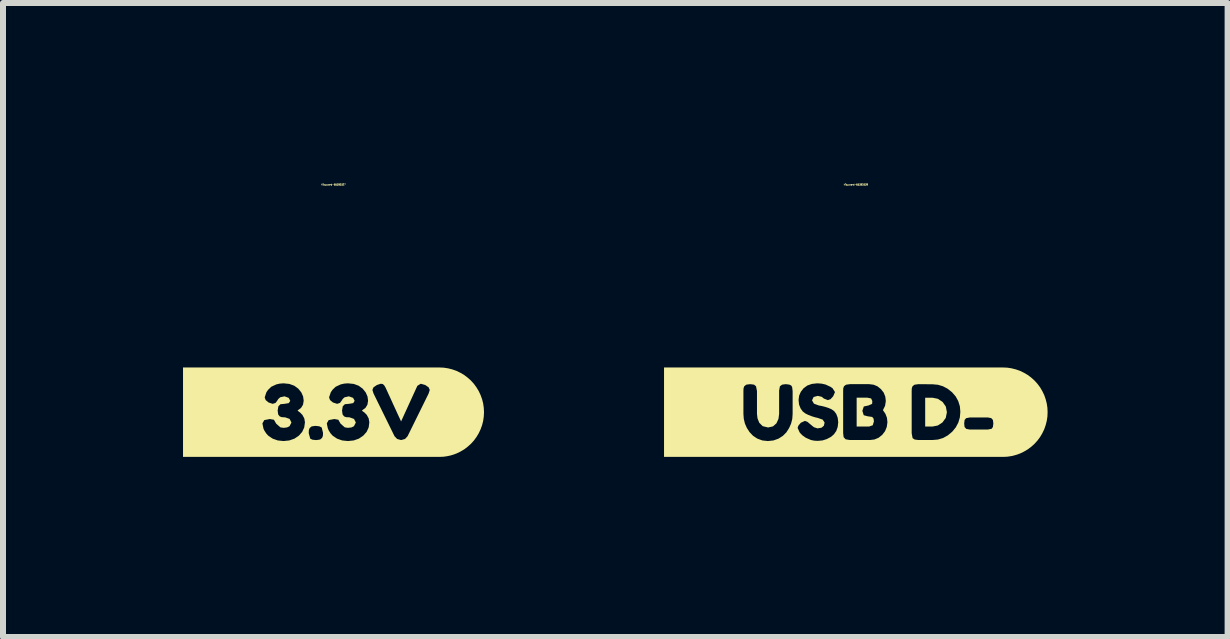
<source format=kicad_pcb>
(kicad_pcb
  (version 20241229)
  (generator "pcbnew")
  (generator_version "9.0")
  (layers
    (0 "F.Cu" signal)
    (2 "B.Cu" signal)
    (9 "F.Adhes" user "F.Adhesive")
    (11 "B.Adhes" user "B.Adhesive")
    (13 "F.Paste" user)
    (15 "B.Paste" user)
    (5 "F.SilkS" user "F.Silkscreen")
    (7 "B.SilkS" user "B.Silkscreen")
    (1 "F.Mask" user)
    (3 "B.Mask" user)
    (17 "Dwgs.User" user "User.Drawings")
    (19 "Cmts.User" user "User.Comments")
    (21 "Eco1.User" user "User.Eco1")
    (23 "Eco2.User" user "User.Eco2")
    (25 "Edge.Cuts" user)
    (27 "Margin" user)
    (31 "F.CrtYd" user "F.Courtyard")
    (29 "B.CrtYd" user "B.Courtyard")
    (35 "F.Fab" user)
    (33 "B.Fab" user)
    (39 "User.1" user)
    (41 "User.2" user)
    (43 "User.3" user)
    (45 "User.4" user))
  (footprint "kibuzzard-653BD327"
    (layer "F.Cu")
    (at 2.508 3.819)
    (property "Reference" "kibuzzard-653BD327" (at 0 -3.793 0) (layer "F.SilkS") (effects (font (size 0.025 0.025) (thickness 0.15))))
    (attr board_only exclude_from_pos_files exclude_from_bom)
    (fp_poly (pts (xy -1.185 -0.745) (xy -2.508 -0.745) (xy -2.508 0.745) (xy -1.185 0.745) (xy -0.833 0.745) (xy -0.833 0.481) (xy -0.929 0.471) (xy -1.014 0.441) (xy -1.087 0.392) (xy -1.123 0.352) (xy -1.155 0.302) (xy -1.169 0.269) (xy -1.171 0.256) (xy -1.185 0.187) (xy -1.154 0.132) (xy -1.061 0.114) (xy -0.993 0.126) (xy -0.955 0.192) (xy -0.885 0.253) (xy -0.832 0.261) (xy -0.774 0.254) (xy -0.733 0.234) (xy -0.701 0.172) (xy -0.732 0.112) (xy -0.806 0.086) (xy -0.864 0.083) (xy -0.897 0.07) (xy -0.922 0.038) (xy -0.931 -0.027) (xy -0.919 -0.098) (xy -0.884 -0.133) (xy -0.818 -0.139) (xy -0.746 -0.151) (xy -0.721 -0.189) (xy -0.747 -0.239) (xy -0.817 -0.264) (xy -0.889 -0.248) (xy -0.922 -0.218) (xy -0.93 -0.203) (xy -0.965 -0.155) (xy -1.014 -0.139) (xy -1.083 -0.162) (xy -1.131 -0.202) (xy -1.147 -0.247) (xy -1.118 -0.333) (xy -1.09 -0.373) (xy -1.037 -0.424) (xy -0.953 -0.463) (xy -0.896 -0.476) (xy -0.833 -0.481) (xy -0.736 -0.471) (xy -0.654 -0.441) (xy -0.587 -0.392) (xy -0.537 -0.33) (xy -0.507 -0.263) (xy -0.497 -0.192) (xy -0.508 -0.125) (xy -0.541 -0.071) (xy -0.596 -0.031) (xy -0.596 -0.022) (xy -0.558 0.005) (xy -0.518 0.046) (xy -0.487 0.104) (xy -0.476 0.168) (xy -0.488 0.254) (xy -0.522 0.328) (xy -0.578 0.392) (xy -0.651 0.441) (xy -0.737 0.471) (xy -0.833 0.481) (xy -0.833 0.745) (xy -0.286 0.745) (xy -0.286 0.465) (xy -0.35 0.459) (xy -0.388 0.441) (xy -0.413 0.35) (xy -0.413 0.345) (xy -0.411 0.3) (xy -0.399 0.266) (xy -0.365 0.237) (xy -0.303 0.228) (xy -0.238 0.235) (xy -0.197 0.255) (xy -0.175 0.344) (xy -0.175 0.349) (xy -0.177 0.394) (xy -0.191 0.429) (xy -0.224 0.456) (xy -0.286 0.465) (xy -0.286 0.745) (xy 0.24 0.745) (xy 0.24 0.481) (xy 0.144 0.471) (xy 0.059 0.441) (xy -0.014 0.392) (xy -0.05 0.352) (xy -0.081 0.302) (xy -0.095 0.269) (xy -0.098 0.256) (xy -0.112 0.187) (xy -0.081 0.132) (xy 0.013 0.114) (xy 0.08 0.126) (xy 0.118 0.192) (xy 0.188 0.253) (xy 0.241 0.261) (xy 0.3 0.254) (xy 0.34 0.234) (xy 0.372 0.172) (xy 0.341 0.112) (xy 0.267 0.086) (xy 0.209 0.083) (xy 0.176 0.07) (xy 0.151 0.038) (xy 0.142 -0.027) (xy 0.154 -0.098) (xy 0.189 -0.133) (xy 0.255 -0.139) (xy 0.328 -0.151) (xy 0.352 -0.189) (xy 0.326 -0.239) (xy 0.256 -0.264) (xy 0.184 -0.248) (xy 0.151 -0.218) (xy 0.143 -0.203) (xy 0.108 -0.155) (xy 0.06 -0.139) (xy -0.01 -0.162) (xy -0.058 -0.202) (xy -0.074 -0.247) (xy -0.045 -0.333) (xy -0.017 -0.373) (xy 0.036 -0.424) (xy 0.12 -0.463) (xy 0.177 -0.476) (xy 0.24 -0.481) (xy 0.337 -0.471) (xy 0.419 -0.441) (xy 0.486 -0.392) (xy 0.536 -0.33) (xy 0.566 -0.263) (xy 0.576 -0.192) (xy 0.565 -0.125) (xy 0.532 -0.071) (xy 0.477 -0.031) (xy 0.477 -0.022) (xy 0.515 0.005) (xy 0.555 0.046) (xy 0.586 0.104) (xy 0.597 0.168) (xy 0.586 0.254) (xy 0.552 0.328) (xy 0.495 0.392) (xy 0.422 0.441) (xy 0.337 0.471) (xy 0.24 0.481) (xy 0.24 0.745) (xy 1.133 0.745) (xy 1.133 0.463) (xy 1.12 0.463) (xy 1.06 0.446) (xy 1.017 0.401) (xy 0.667 -0.311) (xy 0.648 -0.371) (xy 0.666 -0.414) (xy 0.723 -0.453) (xy 0.787 -0.474) (xy 0.82 -0.469) (xy 0.842 -0.451) (xy 0.863 -0.418) (xy 0.88 -0.382) (xy 0.912 -0.312) (xy 0.953 -0.223) (xy 0.996 -0.128) (xy 1.04 -0.033) (xy 1.081 0.057) (xy 1.113 0.125) (xy 1.126 0.154) (xy 1.38 -0.402) (xy 1.398 -0.44) (xy 1.454 -0.474) (xy 1.529 -0.453) (xy 1.585 -0.414) (xy 1.604 -0.371) (xy 1.585 -0.311) (xy 1.234 0.401) (xy 1.192 0.446) (xy 1.133 0.463) (xy 1.133 0.745) (xy 1.604 0.745) (xy 1.763 0.745) (xy 1.836 0.742) (xy 1.908 0.731) (xy 1.979 0.713) (xy 2.048 0.689) (xy 2.114 0.657) (xy 2.177 0.62) (xy 2.235 0.576) (xy 2.29 0.527) (xy 2.339 0.473) (xy 2.382 0.414) (xy 2.42 0.351) (xy 2.451 0.285) (xy 2.476 0.216) (xy 2.494 0.145) (xy 2.504 0.073) (xy 2.508 0) (xy 2.504 -0.073) (xy 2.494 -0.145) (xy 2.476 -0.216) (xy 2.451 -0.285) (xy 2.42 -0.351) (xy 2.382 -0.414) (xy 2.339 -0.473) (xy 2.29 -0.527) (xy 2.235 -0.576) (xy 2.177 -0.62) (xy 2.114 -0.657) (xy 2.048 -0.689) (xy 1.979 -0.713) (xy 1.908 -0.731) (xy 1.836 -0.742) (xy 1.763 -0.745) (xy 1.604 -0.745) (xy -1.185 -0.745)) (stroke (width 0) (type solid)) (fill yes) (layer "F.SilkS")))
  (footprint "kibuzzard-653BD339"
    (layer "F.Cu")
    (at 11.212 3.819)
    (property "Reference" "kibuzzard-653BD339" (at 0 -3.793 0) (layer "F.SilkS") (effects (font (size 0.025 0.025) (thickness 0.15))))
    (attr board_only exclude_from_pos_files exclude_from_bom)
    (fp_poly (pts (xy 1.278 -0.241) (xy 1.156 -0.241) (xy 1.156 0.239) (xy 1.279 0.239) (xy 1.366 0.222) (xy 1.444 0.171) (xy 1.499 0.095) (xy 1.518 0.001) (xy 1.5 -0.094) (xy 1.446 -0.171) (xy 1.368 -0.223) (xy 1.278 -0.241)) (stroke (width 0) (type solid)) (fill yes) (layer "F.SilkS"))
    (fp_poly (pts (xy 0.302 0.153) (xy 0.295 0.105) (xy 0.272 0.079) (xy 0.201 0.069) (xy 0.132 0.051) (xy 0.109 -0.022) (xy 0.133 -0.095) (xy 0.211 -0.112) (xy 0.272 -0.139) (xy 0.275 -0.185) (xy 0.255 -0.229) (xy 0.192 -0.242) (xy 0.014 -0.242) (xy 0.014 0.239) (xy 0.222 0.239) (xy 0.282 0.218) (xy 0.302 0.153)) (stroke (width 0) (type solid)) (fill yes) (layer "F.SilkS"))
    (fp_poly (pts (xy -1.873 -0.745) (xy -3.196 -0.745) (xy -3.196 0.745) (xy -1.873 0.745) (xy -1.465 0.745) (xy -1.465 0.481) (xy -1.558 0.471) (xy -1.642 0.44) (xy -1.713 0.393) (xy -1.77 0.333) (xy -1.815 0.264) (xy -1.848 0.19) (xy -1.867 0.111) (xy -1.873 0.029) (xy -1.873 -0.354) (xy -1.871 -0.399) (xy -1.859 -0.432) (xy -1.825 -0.459) (xy -1.76 -0.467) (xy -1.696 -0.459) (xy -1.663 -0.432) (xy -1.647 -0.352) (xy -1.647 0.029) (xy -1.638 0.104) (xy -1.609 0.176) (xy -1.552 0.233) (xy -1.462 0.255) (xy -1.381 0.237) (xy -1.323 0.186) (xy -1.289 0.112) (xy -1.278 0.027) (xy -1.278 -0.361) (xy -1.265 -0.431) (xy -1.228 -0.459) (xy -1.168 -0.467) (xy -1.11 -0.46) (xy -1.077 -0.445) (xy -1.061 -0.418) (xy -1.053 -0.352) (xy -1.053 0.031) (xy -1.059 0.113) (xy -1.079 0.191) (xy -1.112 0.265) (xy -1.157 0.336) (xy -1.215 0.394) (xy -1.288 0.441) (xy -1.372 0.471) (xy -1.465 0.481) (xy -1.465 0.745) (xy -0.633 0.745) (xy -0.633 0.478) (xy -0.691 0.475) (xy -0.746 0.464) (xy -0.832 0.427) (xy -0.889 0.387) (xy -0.926 0.349) (xy -0.937 0.335) (xy -0.97 0.262) (xy -0.957 0.224) (xy -0.916 0.176) (xy -0.848 0.145) (xy -0.806 0.161) (xy -0.749 0.209) (xy -0.699 0.25) (xy -0.638 0.27) (xy -0.572 0.259) (xy -0.533 0.227) (xy -0.52 0.173) (xy -0.552 0.124) (xy -0.633 0.096) (xy -0.683 0.084) (xy -0.737 0.067) (xy -0.791 0.046) (xy -0.841 0.021) (xy -0.885 -0.013) (xy -0.921 -0.064) (xy -0.946 -0.127) (xy -0.954 -0.203) (xy -0.945 -0.274) (xy -0.917 -0.339) (xy -0.871 -0.398) (xy -0.809 -0.444) (xy -0.733 -0.471) (xy -0.644 -0.481) (xy -0.571 -0.476) (xy -0.505 -0.461) (xy -0.418 -0.421) (xy -0.386 -0.397) (xy -0.347 -0.335) (xy -0.377 -0.265) (xy -0.421 -0.217) (xy -0.466 -0.201) (xy -0.532 -0.227) (xy -0.547 -0.239) (xy -0.567 -0.256) (xy -0.634 -0.272) (xy -0.703 -0.253) (xy -0.73 -0.198) (xy -0.698 -0.142) (xy -0.617 -0.112) (xy -0.567 -0.103) (xy -0.512 -0.089) (xy -0.457 -0.071) (xy -0.407 -0.05) (xy -0.362 -0.019) (xy -0.326 0.029) (xy -0.302 0.092) (xy -0.293 0.168) (xy -0.302 0.246) (xy -0.326 0.314) (xy -0.365 0.369) (xy -0.413 0.411) (xy -0.483 0.448) (xy -0.556 0.471) (xy -0.633 0.478) (xy -0.633 0.745) (xy 0.235 0.745) (xy 0.235 0.464) (xy -0.099 0.464) (xy -0.17 0.452) (xy -0.203 0.416) (xy -0.211 0.35) (xy -0.211 -0.355) (xy -0.209 -0.399) (xy -0.197 -0.432) (xy -0.163 -0.458) (xy -0.098 -0.467) (xy 0.222 -0.467) (xy 0.296 -0.458) (xy 0.361 -0.431) (xy 0.418 -0.385) (xy 0.464 -0.327) (xy 0.491 -0.261) (xy 0.5 -0.187) (xy 0.488 -0.107) (xy 0.452 -0.034) (xy 0.494 0.028) (xy 0.519 0.094) (xy 0.527 0.166) (xy 0.516 0.246) (xy 0.487 0.317) (xy 0.44 0.378) (xy 0.38 0.426) (xy 0.311 0.455) (xy 0.235 0.464) (xy 0.235 0.745) (xy 1.275 0.745) (xy 1.275 0.464) (xy 1.043 0.464) (xy 0.98 0.456) (xy 0.946 0.432) (xy 0.931 0.351) (xy 0.931 -0.355) (xy 0.933 -0.399) (xy 0.945 -0.432) (xy 0.978 -0.458) (xy 1.044 -0.467) (xy 1.279 -0.465) (xy 1.368 -0.457) (xy 1.452 -0.432) (xy 1.53 -0.391) (xy 1.603 -0.333) (xy 1.664 -0.263) (xy 1.707 -0.185) (xy 1.734 -0.099) (xy 1.742 -0.006) (xy 1.734 0.087) (xy 1.708 0.174) (xy 1.666 0.253) (xy 1.606 0.326) (xy 1.534 0.386) (xy 1.455 0.43) (xy 1.369 0.456) (xy 1.275 0.464) (xy 1.275 0.745) (xy 2.2 0.745) (xy 2.2 0.289) (xy 1.897 0.289) (xy 1.84 0.278) (xy 1.812 0.246) (xy 1.806 0.187) (xy 1.813 0.13) (xy 1.838 0.1) (xy 1.899 0.088) (xy 2.201 0.088) (xy 2.257 0.099) (xy 2.285 0.13) (xy 2.292 0.189) (xy 2.285 0.246) (xy 2.263 0.277) (xy 2.2 0.289) (xy 2.2 0.745) (xy 2.292 0.745) (xy 2.451 0.745) (xy 2.524 0.742) (xy 2.596 0.731) (xy 2.667 0.713) (xy 2.736 0.689) (xy 2.802 0.657) (xy 2.865 0.62) (xy 2.924 0.576) (xy 2.978 0.527) (xy 3.027 0.473) (xy 3.071 0.414) (xy 3.108 0.351) (xy 3.14 0.285) (xy 3.164 0.216) (xy 3.182 0.145) (xy 3.193 0.073) (xy 3.196 0) (xy 3.193 -0.073) (xy 3.182 -0.145) (xy 3.164 -0.216) (xy 3.14 -0.285) (xy 3.108 -0.351) (xy 3.071 -0.414) (xy 3.027 -0.473) (xy 2.978 -0.527) (xy 2.924 -0.576) (xy 2.865 -0.62) (xy 2.802 -0.657) (xy 2.736 -0.689) (xy 2.667 -0.713) (xy 2.596 -0.731) (xy 2.524 -0.742) (xy 2.451 -0.745) (xy 2.292 -0.745) (xy -1.873 -0.745)) (stroke (width 0) (type solid)) (fill yes) (layer "F.SilkS")))
  (gr_rect
    (start -3 -3)
    (end 17.408 7.565)
    (stroke (width 0.1) (type default))
    (fill no)
    (layer "Edge.Cuts")))
</source>
